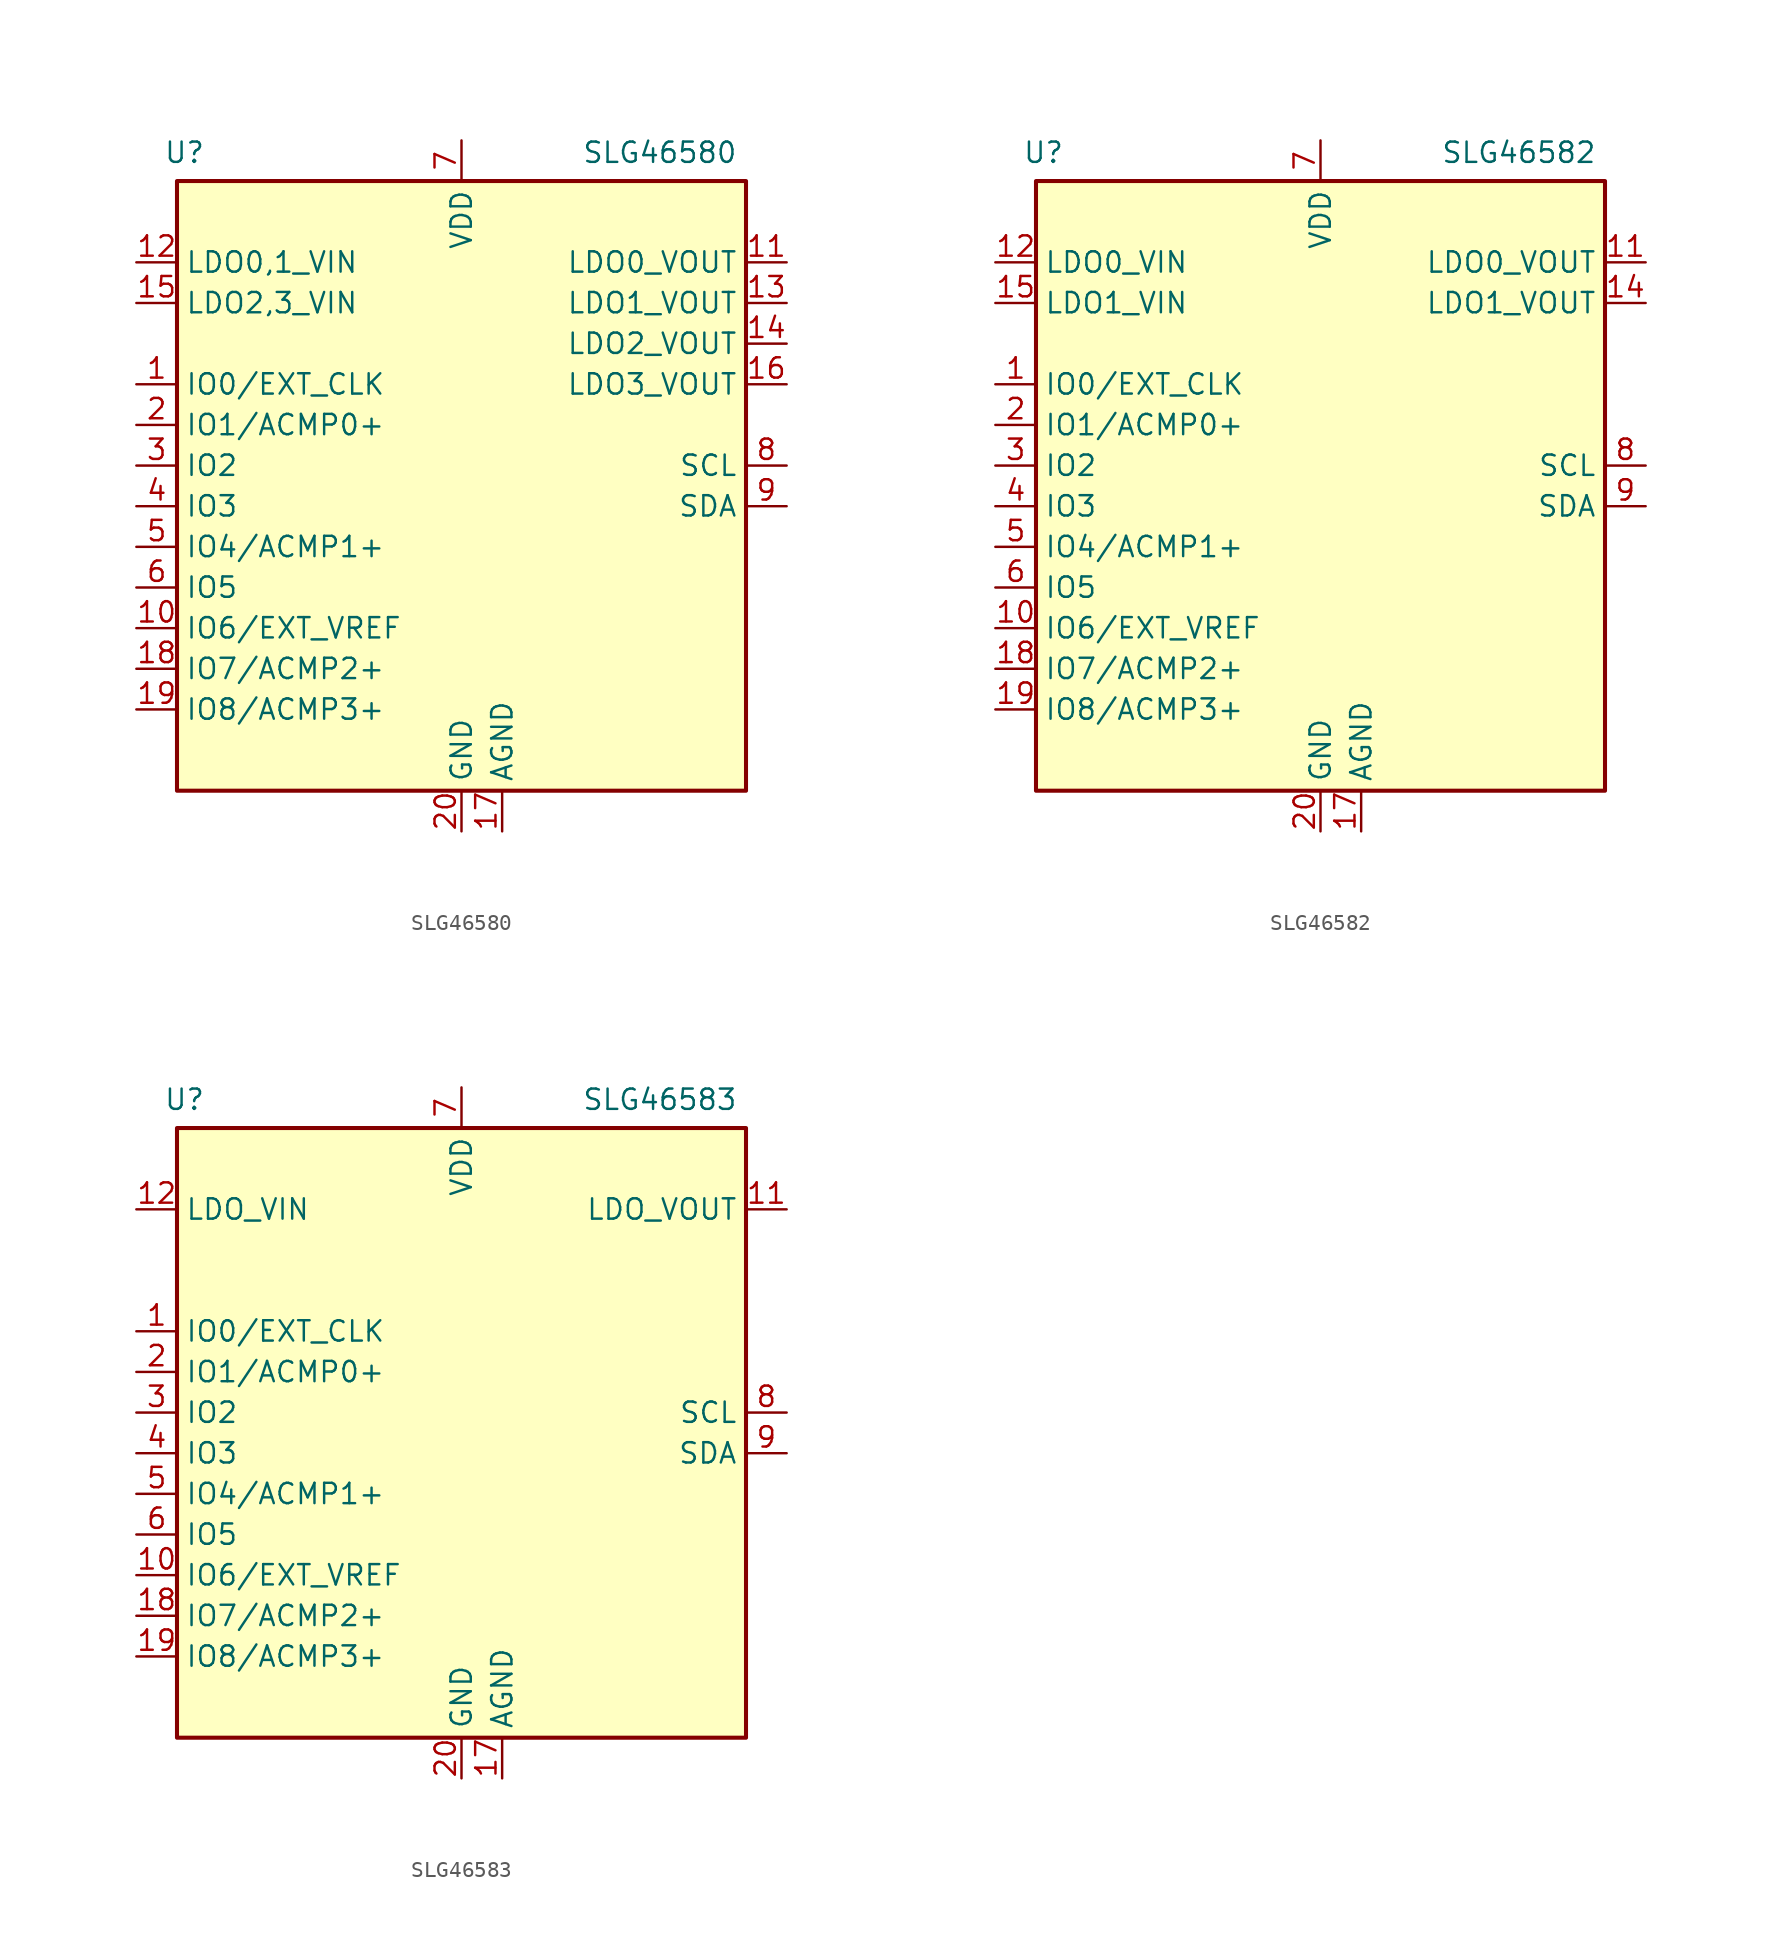
<source format=kicad_sym>
(kicad_symbol_lib
  (version 20241209)
  (generator "kicad_symbol_editor")
  (generator_version "9.0")
  (symbol "SLG46580"
    (property "Reference" "U"
      (at -16.002 19.558 0)
      (effects (font (size 1.27 1.27)) (justify right)))
    (property "Value" "SLG46580"
      (at 17.272 19.558 0)
      (effects (font (size 1.27 1.27)) (justify right)))
    (symbol "SLG46580_0_1"
      (rectangle (start -17.78 17.78) (end 17.78 -20.32) (stroke (width 0.254) (type default)) (fill (type background))))
    (symbol "SLG46580_1_1"
      (pin power_in line (at -20.32 12.7 0) (length 2.54) (name "LDO0,1_VIN" (effects (font (size 1.27 1.27)))) (number "12" (effects (font (size 1.27 1.27)))))
      (pin power_in line (at -20.32 10.16 0) (length 2.54) (name "LDO2,3_VIN" (effects (font (size 1.27 1.27)))) (number "15" (effects (font (size 1.27 1.27)))))
      (pin bidirectional line (at -20.32 5.08 0) (length 2.54) (name "IO0/EXT_CLK" (effects (font (size 1.27 1.27)))) (number "1" (effects (font (size 1.27 1.27)))) (alternate "EXT_CLK" input line) (alternate "IO0" bidirectional line))
      (pin bidirectional line (at -20.32 2.54 0) (length 2.54) (name "IO1/ACMP0+" (effects (font (size 1.27 1.27)))) (number "2" (effects (font (size 1.27 1.27)))) (alternate "ACMP0+" input line) (alternate "IO1" bidirectional line))
      (pin bidirectional line (at -20.32 0 0) (length 2.54) (name "IO2" (effects (font (size 1.27 1.27)))) (number "3" (effects (font (size 1.27 1.27)))))
      (pin bidirectional line (at -20.32 -2.54 0) (length 2.54) (name "IO3" (effects (font (size 1.27 1.27)))) (number "4" (effects (font (size 1.27 1.27)))))
      (pin bidirectional line (at -20.32 -5.08 0) (length 2.54) (name "IO4/ACMP1+" (effects (font (size 1.27 1.27)))) (number "5" (effects (font (size 1.27 1.27)))) (alternate "ACMP1+" input line) (alternate "IO4" bidirectional line))
      (pin input line (at -20.32 -7.62 0) (length 2.54) (name "IO5" (effects (font (size 1.27 1.27)))) (number "6" (effects (font (size 1.27 1.27)))) (alternate "IO5" input line) (alternate "RESET" input line))
      (pin bidirectional line (at -20.32 -10.16 0) (length 2.54) (name "IO6/EXT_VREF" (effects (font (size 1.27 1.27)))) (number "10" (effects (font (size 1.27 1.27)))) (alternate "EXT_VREF" input line) (alternate "IO6" bidirectional line))
      (pin bidirectional line (at -20.32 -12.7 0) (length 2.54) (name "IO7/ACMP2+" (effects (font (size 1.27 1.27)))) (number "18" (effects (font (size 1.27 1.27)))) (alternate "ACMP2+" input line) (alternate "IO7" bidirectional line))
      (pin bidirectional line (at -20.32 -15.24 0) (length 2.54) (name "IO8/ACMP3+" (effects (font (size 1.27 1.27)))) (number "19" (effects (font (size 1.27 1.27)))) (alternate "ACMP3+" input line) (alternate "IO8" bidirectional line))
      (pin power_in line (at 0 20.32 270) (length 2.54) (name "VDD" (effects (font (size 1.27 1.27)))) (number "7" (effects (font (size 1.27 1.27)))))
      (pin power_in line (at 0 -22.86 90) (length 2.54) (name "GND" (effects (font (size 1.27 1.27)))) (number "20" (effects (font (size 1.27 1.27)))))
      (pin power_in line (at 2.54 -22.86 90) (length 2.54) (name "AGND" (effects (font (size 1.27 1.27)))) (number "17" (effects (font (size 1.27 1.27)))))
      (pin power_out line (at 20.32 12.7 180) (length 2.54) (name "LDO0_VOUT" (effects (font (size 1.27 1.27)))) (number "11" (effects (font (size 1.27 1.27)))))
      (pin power_out line (at 20.32 10.16 180) (length 2.54) (name "LDO1_VOUT" (effects (font (size 1.27 1.27)))) (number "13" (effects (font (size 1.27 1.27)))))
      (pin power_out line (at 20.32 7.62 180) (length 2.54) (name "LDO2_VOUT" (effects (font (size 1.27 1.27)))) (number "14" (effects (font (size 1.27 1.27)))))
      (pin power_out line (at 20.32 5.08 180) (length 2.54) (name "LDO3_VOUT" (effects (font (size 1.27 1.27)))) (number "16" (effects (font (size 1.27 1.27)))))
      (pin input line (at 20.32 0 180) (length 2.54) (name "SCL" (effects (font (size 1.27 1.27)))) (number "8" (effects (font (size 1.27 1.27)))))
      (pin bidirectional line (at 20.32 -2.54 180) (length 2.54) (name "SDA" (effects (font (size 1.27 1.27)))) (number "9" (effects (font (size 1.27 1.27)))))))
  (symbol "SLG46582"
    (property "Reference" "U"
      (at -16.002 19.558 0)
      (effects (font (size 1.27 1.27)) (justify right)))
    (property "Value" "SLG46582"
      (at 17.272 19.558 0)
      (effects (font (size 1.27 1.27)) (justify right)))
    (symbol "SLG46582_0_1"
      (rectangle (start -17.78 17.78) (end 17.78 -20.32) (stroke (width 0.254) (type default)) (fill (type background))))
    (symbol "SLG46582_1_1"
      (pin power_in line (at -20.32 12.7 0) (length 2.54) (name "LDO0_VIN" (effects (font (size 1.27 1.27)))) (number "12" (effects (font (size 1.27 1.27)))))
      (pin power_in line (at -20.32 10.16 0) (length 2.54) (name "LDO1_VIN" (effects (font (size 1.27 1.27)))) (number "15" (effects (font (size 1.27 1.27)))))
      (pin bidirectional line (at -20.32 5.08 0) (length 2.54) (name "IO0/EXT_CLK" (effects (font (size 1.27 1.27)))) (number "1" (effects (font (size 1.27 1.27)))) (alternate "EXT_CLK" input line) (alternate "IO0" bidirectional line))
      (pin bidirectional line (at -20.32 2.54 0) (length 2.54) (name "IO1/ACMP0+" (effects (font (size 1.27 1.27)))) (number "2" (effects (font (size 1.27 1.27)))) (alternate "ACMP0+" input line) (alternate "IO1" bidirectional line))
      (pin bidirectional line (at -20.32 0 0) (length 2.54) (name "IO2" (effects (font (size 1.27 1.27)))) (number "3" (effects (font (size 1.27 1.27)))))
      (pin bidirectional line (at -20.32 -2.54 0) (length 2.54) (name "IO3" (effects (font (size 1.27 1.27)))) (number "4" (effects (font (size 1.27 1.27)))))
      (pin bidirectional line (at -20.32 -5.08 0) (length 2.54) (name "IO4/ACMP1+" (effects (font (size 1.27 1.27)))) (number "5" (effects (font (size 1.27 1.27)))) (alternate "ACMP1+" input line) (alternate "IO4" bidirectional line))
      (pin input line (at -20.32 -7.62 0) (length 2.54) (name "IO5" (effects (font (size 1.27 1.27)))) (number "6" (effects (font (size 1.27 1.27)))) (alternate "IO5" input line) (alternate "RESET" input line))
      (pin bidirectional line (at -20.32 -10.16 0) (length 2.54) (name "IO6/EXT_VREF" (effects (font (size 1.27 1.27)))) (number "10" (effects (font (size 1.27 1.27)))) (alternate "EXT_VREF" input line) (alternate "IO6" bidirectional line))
      (pin bidirectional line (at -20.32 -12.7 0) (length 2.54) (name "IO7/ACMP2+" (effects (font (size 1.27 1.27)))) (number "18" (effects (font (size 1.27 1.27)))) (alternate "ACMP2+" input line) (alternate "IO7" bidirectional line))
      (pin bidirectional line (at -20.32 -15.24 0) (length 2.54) (name "IO8/ACMP3+" (effects (font (size 1.27 1.27)))) (number "19" (effects (font (size 1.27 1.27)))) (alternate "ACMP3+" input line) (alternate "IO8" bidirectional line))
      (pin power_in line (at 0 20.32 270) (length 2.54) (name "VDD" (effects (font (size 1.27 1.27)))) (number "7" (effects (font (size 1.27 1.27)))))
      (pin power_in line (at 0 -22.86 90) (length 2.54) (name "GND" (effects (font (size 1.27 1.27)))) (number "20" (effects (font (size 1.27 1.27)))))
      (pin power_in line (at 2.54 -22.86 90) (length 2.54) (name "AGND" (effects (font (size 1.27 1.27)))) (number "17" (effects (font (size 1.27 1.27)))))
      (pin power_out line (at 20.32 12.7 180) (length 2.54) (name "LDO0_VOUT" (effects (font (size 1.27 1.27)))) (number "11" (effects (font (size 1.27 1.27)))))
      (pin passive line (at 20.32 12.7 180) (length 2.54) (hide yes) (name "LDO0_VOUT" (effects (font (size 1.27 1.27)))) (number "13" (effects (font (size 1.27 1.27)))))
      (pin power_out line (at 20.32 10.16 180) (length 2.54) (name "LDO1_VOUT" (effects (font (size 1.27 1.27)))) (number "14" (effects (font (size 1.27 1.27)))))
      (pin passive line (at 20.32 10.16 180) (length 2.54) (hide yes) (name "LDO1_VOUT" (effects (font (size 1.27 1.27)))) (number "16" (effects (font (size 1.27 1.27)))))
      (pin input line (at 20.32 0 180) (length 2.54) (name "SCL" (effects (font (size 1.27 1.27)))) (number "8" (effects (font (size 1.27 1.27)))))
      (pin bidirectional line (at 20.32 -2.54 180) (length 2.54) (name "SDA" (effects (font (size 1.27 1.27)))) (number "9" (effects (font (size 1.27 1.27)))))))
  (symbol "SLG46583"
    (property "Reference" "U"
      (at -16.002 19.558 0)
      (effects (font (size 1.27 1.27)) (justify right)))
    (property "Value" "SLG46583"
      (at 17.272 19.558 0)
      (effects (font (size 1.27 1.27)) (justify right)))
    (symbol "SLG46583_0_1"
      (rectangle (start -17.78 17.78) (end 17.78 -20.32) (stroke (width 0.254) (type default)) (fill (type background))))
    (symbol "SLG46583_1_1"
      (pin power_in line (at -20.32 12.7 0) (length 2.54) (name "LDO_VIN" (effects (font (size 1.27 1.27)))) (number "12" (effects (font (size 1.27 1.27)))))
      (pin passive line (at -20.32 12.7 0) (length 2.54) (hide yes) (name "LDO_VIN" (effects (font (size 1.27 1.27)))) (number "15" (effects (font (size 1.27 1.27)))))
      (pin bidirectional line (at -20.32 5.08 0) (length 2.54) (name "IO0/EXT_CLK" (effects (font (size 1.27 1.27)))) (number "1" (effects (font (size 1.27 1.27)))) (alternate "EXT_CLK" input line) (alternate "IO0" bidirectional line))
      (pin bidirectional line (at -20.32 2.54 0) (length 2.54) (name "IO1/ACMP0+" (effects (font (size 1.27 1.27)))) (number "2" (effects (font (size 1.27 1.27)))) (alternate "ACMP0+" input line) (alternate "IO1" bidirectional line))
      (pin bidirectional line (at -20.32 0 0) (length 2.54) (name "IO2" (effects (font (size 1.27 1.27)))) (number "3" (effects (font (size 1.27 1.27)))))
      (pin bidirectional line (at -20.32 -2.54 0) (length 2.54) (name "IO3" (effects (font (size 1.27 1.27)))) (number "4" (effects (font (size 1.27 1.27)))))
      (pin bidirectional line (at -20.32 -5.08 0) (length 2.54) (name "IO4/ACMP1+" (effects (font (size 1.27 1.27)))) (number "5" (effects (font (size 1.27 1.27)))) (alternate "ACMP1+" input line) (alternate "IO4" bidirectional line))
      (pin input line (at -20.32 -7.62 0) (length 2.54) (name "IO5" (effects (font (size 1.27 1.27)))) (number "6" (effects (font (size 1.27 1.27)))) (alternate "IO5" input line) (alternate "RESET" input line))
      (pin bidirectional line (at -20.32 -10.16 0) (length 2.54) (name "IO6/EXT_VREF" (effects (font (size 1.27 1.27)))) (number "10" (effects (font (size 1.27 1.27)))) (alternate "EXT_VREF" input line) (alternate "IO6" bidirectional line))
      (pin bidirectional line (at -20.32 -12.7 0) (length 2.54) (name "IO7/ACMP2+" (effects (font (size 1.27 1.27)))) (number "18" (effects (font (size 1.27 1.27)))) (alternate "ACMP2+" input line) (alternate "IO7" bidirectional line))
      (pin bidirectional line (at -20.32 -15.24 0) (length 2.54) (name "IO8/ACMP3+" (effects (font (size 1.27 1.27)))) (number "19" (effects (font (size 1.27 1.27)))) (alternate "ACMP3+" input line) (alternate "IO8" bidirectional line))
      (pin power_in line (at 0 20.32 270) (length 2.54) (name "VDD" (effects (font (size 1.27 1.27)))) (number "7" (effects (font (size 1.27 1.27)))))
      (pin power_in line (at 0 -22.86 90) (length 2.54) (name "GND" (effects (font (size 1.27 1.27)))) (number "20" (effects (font (size 1.27 1.27)))))
      (pin power_in line (at 2.54 -22.86 90) (length 2.54) (name "AGND" (effects (font (size 1.27 1.27)))) (number "17" (effects (font (size 1.27 1.27)))))
      (pin power_out line (at 20.32 12.7 180) (length 2.54) (name "LDO_VOUT" (effects (font (size 1.27 1.27)))) (number "11" (effects (font (size 1.27 1.27)))))
      (pin passive line (at 20.32 12.7 180) (length 2.54) (hide yes) (name "LDO_VOUT" (effects (font (size 1.27 1.27)))) (number "13" (effects (font (size 1.27 1.27)))))
      (pin passive line (at 20.32 12.7 180) (length 2.54) (hide yes) (name "LDO_VOUT" (effects (font (size 1.27 1.27)))) (number "14" (effects (font (size 1.27 1.27)))))
      (pin passive line (at 20.32 12.7 180) (length 2.54) (hide yes) (name "LDO_VOUT" (effects (font (size 1.27 1.27)))) (number "16" (effects (font (size 1.27 1.27)))))
      (pin input line (at 20.32 0 180) (length 2.54) (name "SCL" (effects (font (size 1.27 1.27)))) (number "8" (effects (font (size 1.27 1.27)))))
      (pin bidirectional line (at 20.32 -2.54 180) (length 2.54) (name "SDA" (effects (font (size 1.27 1.27)))) (number "9" (effects (font (size 1.27 1.27))))))))
</source>
